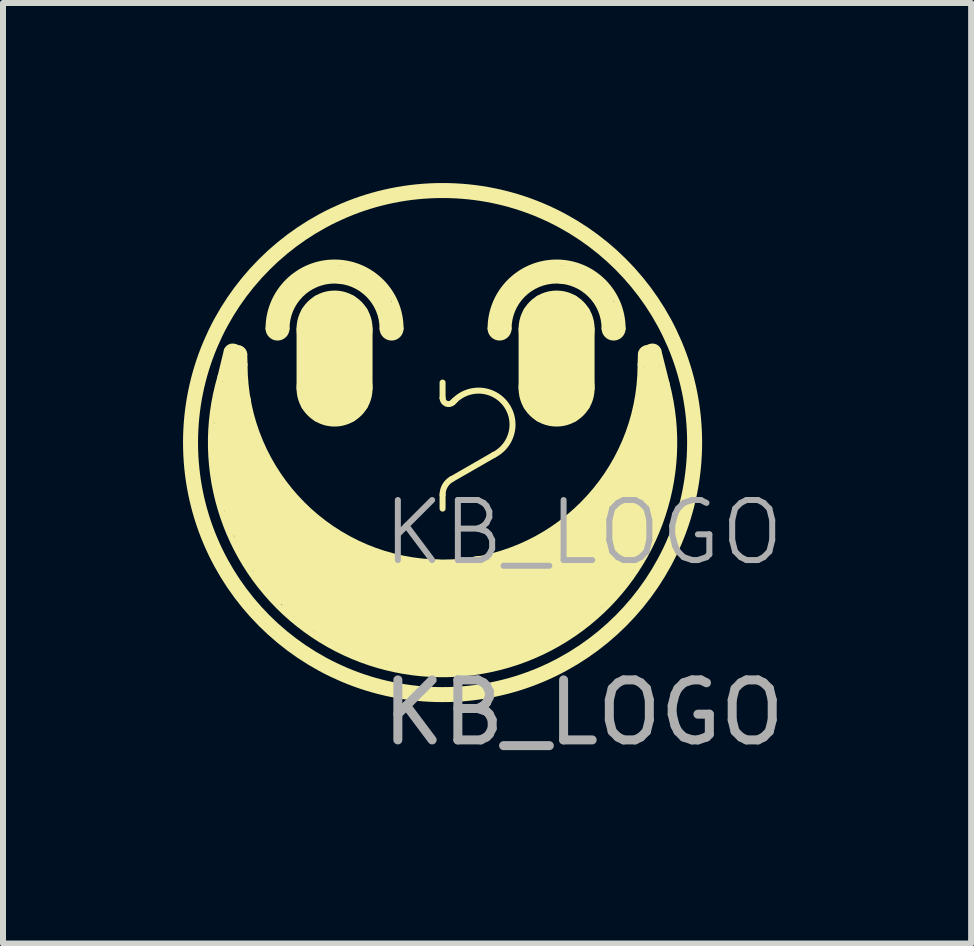
<source format=kicad_pcb>
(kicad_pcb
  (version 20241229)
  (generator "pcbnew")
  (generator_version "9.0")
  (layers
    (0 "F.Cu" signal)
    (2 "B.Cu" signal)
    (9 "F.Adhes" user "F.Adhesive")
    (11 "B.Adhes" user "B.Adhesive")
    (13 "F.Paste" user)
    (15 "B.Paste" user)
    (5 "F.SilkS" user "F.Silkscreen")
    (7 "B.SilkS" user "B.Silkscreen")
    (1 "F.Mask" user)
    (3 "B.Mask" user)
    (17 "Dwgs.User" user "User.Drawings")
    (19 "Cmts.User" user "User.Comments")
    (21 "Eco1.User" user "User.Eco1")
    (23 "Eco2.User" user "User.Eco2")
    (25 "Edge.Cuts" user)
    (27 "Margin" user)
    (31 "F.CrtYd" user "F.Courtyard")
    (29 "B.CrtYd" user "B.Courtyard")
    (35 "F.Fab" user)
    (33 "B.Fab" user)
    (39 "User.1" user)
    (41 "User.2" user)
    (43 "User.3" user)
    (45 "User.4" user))
  (footprint "KB_LOGO"
    (layer "F.Cu")
    (at 4.325 4.325)
    (property "Reference" "KB_LOGO" (at 2.35 1.5 0) (unlocked yes) (layer "F.Fab") (effects (font (size 1 1) (thickness 0.1))))
    (fp_line (start -3.7 -1.1) (end -3.595 -1.532) (stroke (width 0.1) (type default)) (layer "F.SilkS"))
    (fp_line (start -3.468 -1.595) (end -3.375 -1.565) (stroke (width 0.1) (type default)) (layer "F.SilkS"))
    (fp_line (start -3.3 -1.3) (end -3.305 -1.473) (stroke (width 0.1) (type default)) (layer "F.SilkS"))
    (fp_line (start -2.383 -1.9) (end -2.383 -0.9) (stroke (width 0.1) (type default)) (layer "F.SilkS"))
    (fp_line (start -1.217 -1.9) (end -1.217 -0.9) (stroke (width 0.1) (type default)) (layer "F.SilkS"))
    (fp_line (start 0 -1) (end 0 -0.741) (stroke (width 0.1) (type default)) (layer "F.SilkS"))
    (fp_line (start 0 0.869) (end 0 1.1) (stroke (width 0.1) (type default)) (layer "F.SilkS"))
    (fp_line (start 0.171 -0.671) (end 0.2 -0.7) (stroke (width 0.1) (type default)) (layer "F.SilkS"))
    (fp_line (start 0.853 0.206) (end 0.145 0.613) (stroke (width 0.1) (type default)) (layer "F.SilkS"))
    (fp_line (start 1.317 -1.9) (end 1.317 -0.9) (stroke (width 0.1) (type default)) (layer "F.SilkS"))
    (fp_line (start 2.483 -1.9) (end 2.483 -0.9) (stroke (width 0.1) (type default)) (layer "F.SilkS"))
    (fp_line (start 3.3 -1.3) (end 3.305 -1.473) (stroke (width 0.1) (type default)) (layer "F.SilkS"))
    (fp_line (start 3.468 -1.595) (end 3.375 -1.565) (stroke (width 0.1) (type default)) (layer "F.SilkS"))
    (fp_line (start 3.732 -0.988) (end 3.595 -1.532) (stroke (width 0.1) (type default)) (layer "F.SilkS"))
    (fp_rect (start -2.3 -2.2) (end -2 -0.6) (stroke (width 0.1) (type solid)) (fill yes) (layer "F.SilkS"))
    (fp_rect (start -2.2 -2.3) (end -1.4 -0.5) (stroke (width 0.1) (type solid)) (fill yes) (layer "F.SilkS"))
    (fp_rect (start -2.1 -2.4) (end -1.5 -0.8) (stroke (width 0.1) (type solid)) (fill yes) (layer "F.SilkS"))
    (fp_rect (start -2.1 -2) (end -1.5 -0.4) (stroke (width 0.1) (type solid)) (fill yes) (layer "F.SilkS"))
    (fp_rect (start -1.6 -2.2) (end -1.3 -0.6) (stroke (width 0.1) (type solid)) (fill yes) (layer "F.SilkS"))
    (fp_rect (start 1.4 -2.2) (end 1.7 -0.6) (stroke (width 0.1) (type solid)) (fill yes) (layer "F.SilkS"))
    (fp_rect (start 1.5 -2.3) (end 2.3 -0.5) (stroke (width 0.1) (type solid)) (fill yes) (layer "F.SilkS"))
    (fp_rect (start 1.6 -2.4) (end 2.2 -0.8) (stroke (width 0.1) (type solid)) (fill yes) (layer "F.SilkS"))
    (fp_rect (start 1.6 -2) (end 2.2 -0.4) (stroke (width 0.1) (type solid)) (fill yes) (layer "F.SilkS"))
    (fp_rect (start 2.1 -2.2) (end 2.4 -0.6) (stroke (width 0.1) (type solid)) (fill yes) (layer "F.SilkS"))
    (fp_arc (start -3.594869 -1.531624) (mid -3.544721 -1.589444) (end -3.468377 -1.594869) (stroke (width 0.1) (type default)) (layer "F.SilkS"))
    (fp_arc (start -3.374738 -1.565341) (mid -3.325004 -1.530226) (end -3.304852 -1.472777) (stroke (width 0.1) (type default)) (layer "F.SilkS"))
    (fp_arc (start -2.9 -1.9) (mid -1.8 -3) (end -0.7 -1.9) (stroke (width 0.1) (type default)) (layer "F.SilkS"))
    (fp_arc (start -2.6 -1.9) (mid -2.75 -1.75) (end -2.9 -1.9) (stroke (width 0.1) (type default)) (layer "F.SilkS"))
    (fp_arc (start -2.6 -1.9) (mid -1.8 -2.7) (end -1 -1.9) (stroke (width 0.1) (type default)) (layer "F.SilkS"))
    (fp_arc (start -0.7 -1.9) (mid -0.85 -1.75) (end -1 -1.9) (stroke (width 0.1) (type default)) (layer "F.SilkS"))
    (fp_arc (start 0 0.869357) (mid 0.038754 0.721877) (end 0.145002 0.6125) (stroke (width 0.1) (type default)) (layer "F.SilkS"))
    (fp_arc (start 0.170711 -0.670711) (mid 0.061732 -0.649033) (end 0 -0.741421) (stroke (width 0.1) (type default)) (layer "F.SilkS"))
    (fp_arc (start 0.2 -0.7) (mid 1.058908 -0.630762) (end 0.852982 0.205964) (stroke (width 0.1) (type default)) (layer "F.SilkS"))
    (fp_arc (start 0.8 -1.9) (mid 1.9 -3) (end 3 -1.9) (stroke (width 0.1) (type default)) (layer "F.SilkS"))
    (fp_arc (start 1.1 -1.9) (mid 0.95 -1.75) (end 0.8 -1.9) (stroke (width 0.1) (type default)) (layer "F.SilkS"))
    (fp_arc (start 1.1 -1.9) (mid 1.9 -2.7) (end 2.7 -1.9) (stroke (width 0.1) (type default)) (layer "F.SilkS"))
    (fp_arc (start 3 -1.9) (mid 2.85 -1.75) (end 2.7 -1.9) (stroke (width 0.1) (type default)) (layer "F.SilkS"))
    (fp_arc (start 3.3 -1.3) (mid 0 2) (end -3.3 -1.3) (stroke (width 0.1) (type default)) (layer "F.SilkS"))
    (fp_arc (start 3.304852 -1.472777) (mid 3.325004 -1.530226) (end 3.374738 -1.565341) (stroke (width 0.1) (type default)) (layer "F.SilkS"))
    (fp_arc (start 3.468377 -1.594869) (mid 3.544721 -1.589444) (end 3.594869 -1.531624) (stroke (width 0.1) (type default)) (layer "F.SilkS"))
    (fp_arc (start 3.731531 -0.987758) (mid -0.058294 3.85961) (end -3.699999 -1.1) (stroke (width 0.1) (type default)) (layer "F.SilkS"))
    (fp_circle (center -3.57 -0.851) (end -3.428 -0.851) (stroke (width 0.1) (type solid)) (fill yes) (layer "F.SilkS"))
    (fp_circle (center -3.567 -0.116) (end -3.308 -0.116) (stroke (width 0.1) (type solid)) (fill yes) (layer "F.SilkS"))
    (fp_circle (center -3.531 0.215) (end -3.272 0.215) (stroke (width 0.1) (type solid)) (fill yes) (layer "F.SilkS"))
    (fp_circle (center -3.531 0.474) (end -3.272 0.474) (stroke (width 0.1) (type solid)) (fill yes) (layer "F.SilkS"))
    (fp_circle (center -3.5 -1.1) (end -3.359 -1.1) (stroke (width 0.1) (type solid)) (fill yes) (layer "F.SilkS"))
    (fp_circle (center -3.5 -0.659) (end -3.241 -0.659) (stroke (width 0.1) (type solid)) (fill yes) (layer "F.SilkS"))
    (fp_circle (center -3.5 -0.4) (end -3.241 -0.4) (stroke (width 0.1) (type solid)) (fill yes) (layer "F.SilkS"))
    (fp_circle (center -3.494 0.677) (end -3.235 0.677) (stroke (width 0.1) (type solid)) (fill yes) (layer "F.SilkS"))
    (fp_circle (center -3.475 -1.32) (end -3.334 -1.32) (stroke (width 0.1) (type solid)) (fill yes) (layer "F.SilkS"))
    (fp_circle (center -3.461 -1.387) (end -3.319 -1.387) (stroke (width 0.1) (type solid)) (fill yes) (layer "F.SilkS"))
    (fp_circle (center -3.428 -0.851) (end -3.287 -0.851) (stroke (width 0.1) (type solid)) (fill yes) (layer "F.SilkS"))
    (fp_circle (center -3.413 0.924) (end -3.154 0.924) (stroke (width 0.1) (type solid)) (fill yes) (layer "F.SilkS"))
    (fp_circle (center -3.41 -0.101) (end -3.151 -0.101) (stroke (width 0.1) (type solid)) (fill yes) (layer "F.SilkS"))
    (fp_circle (center -3.33 1.17) (end -3.071 1.17) (stroke (width 0.1) (type solid)) (fill yes) (layer "F.SilkS"))
    (fp_circle (center -3.312 0.154) (end -3.053 0.154) (stroke (width 0.1) (type solid)) (fill yes) (layer "F.SilkS"))
    (fp_circle (center -3.268 1.33) (end -3.009 1.33) (stroke (width 0.1) (type solid)) (fill yes) (layer "F.SilkS"))
    (fp_circle (center -3.231 0.875) (end -2.972 0.875) (stroke (width 0.1) (type solid)) (fill yes) (layer "F.SilkS"))
    (fp_circle (center -3.167 1.622) (end -2.908 1.622) (stroke (width 0.1) (type solid)) (fill yes) (layer "F.SilkS"))
    (fp_circle (center -3.134 0.441) (end -2.875 0.441) (stroke (width 0.1) (type solid)) (fill yes) (layer "F.SilkS"))
    (fp_circle (center -3.011 1.86) (end -2.752 1.86) (stroke (width 0.1) (type solid)) (fill yes) (layer "F.SilkS"))
    (fp_circle (center -2.936 0.748) (end -2.677 0.748) (stroke (width 0.1) (type solid)) (fill yes) (layer "F.SilkS"))
    (fp_circle (center -2.848 2.114) (end -2.589 2.114) (stroke (width 0.1) (type solid)) (fill yes) (layer "F.SilkS"))
    (fp_circle (center -2.813 1.333) (end -2.554 1.333) (stroke (width 0.1) (type solid)) (fill yes) (layer "F.SilkS"))
    (fp_circle (center -2.75 -1.9) (end -2.9 -1.9) (stroke (width 0.01) (type solid)) (fill yes) (layer "F.SilkS"))
    (fp_circle (center -2.745 1.037) (end -2.486 1.037) (stroke (width 0.1) (type solid)) (fill yes) (layer "F.SilkS"))
    (fp_circle (center -2.728 -2.016) (end -2.878 -2.016) (stroke (width 0.01) (type solid)) (fill yes) (layer "F.SilkS"))
    (fp_circle (center -2.72 1.652) (end -2.461 1.652) (stroke (width 0.1) (type solid)) (fill yes) (layer "F.SilkS"))
    (fp_circle (center -2.7 2.287) (end -2.441 2.287) (stroke (width 0.1) (type solid)) (fill yes) (layer "F.SilkS"))
    (fp_circle (center -2.697 -2.16) (end -2.847 -2.16) (stroke (width 0.01) (type solid)) (fill yes) (layer "F.SilkS"))
    (fp_circle (center -2.642 -2.341) (end -2.792 -2.341) (stroke (width 0.01) (type solid)) (fill yes) (layer "F.SilkS"))
    (fp_circle (center -2.635 2.393) (end -2.376 2.393) (stroke (width 0.1) (type solid)) (fill yes) (layer "F.SilkS"))
    (fp_circle (center -2.604 1.187) (end -2.345 1.187) (stroke (width 0.1) (type solid)) (fill yes) (layer "F.SilkS"))
    (fp_circle (center -2.558 -2.467) (end -2.708 -2.467) (stroke (width 0.01) (type solid)) (fill yes) (layer "F.SilkS"))
    (fp_circle (center -2.476 1.911) (end -2.217 1.911) (stroke (width 0.1) (type solid)) (fill yes) (layer "F.SilkS"))
    (fp_circle (center -2.449 -2.587) (end -2.599 -2.587) (stroke (width 0.01) (type solid)) (fill yes) (layer "F.SilkS"))
    (fp_circle (center -2.427 1.401) (end -2.168 1.401) (stroke (width 0.1) (type solid)) (fill yes) (layer "F.SilkS"))
    (fp_circle (center -2.386 2.606) (end -2.127 2.606) (stroke (width 0.1) (type solid)) (fill yes) (layer "F.SilkS"))
    (fp_circle (center -2.297 -2.686) (end -2.447 -2.686) (stroke (width 0.01) (type solid)) (fill yes) (layer "F.SilkS"))
    (fp_circle (center -2.24 2.212) (end -1.981 2.212) (stroke (width 0.1) (type solid)) (fill yes) (layer "F.SilkS"))
    (fp_circle (center -2.24 1.547) (end -1.981 1.547) (stroke (width 0.1) (type solid)) (fill yes) (layer "F.SilkS"))
    (fp_circle (center -2.172 -2.764) (end -2.322 -2.764) (stroke (width 0.01) (type solid)) (fill yes) (layer "F.SilkS"))
    (fp_circle (center -2.17 2.83) (end -1.911 2.83) (stroke (width 0.1) (type solid)) (fill yes) (layer "F.SilkS"))
    (fp_circle (center -2.037 2.473) (end -1.778 2.473) (stroke (width 0.1) (type solid)) (fill yes) (layer "F.SilkS"))
    (fp_circle (center -2.021 -2.806) (end -2.171 -2.806) (stroke (width 0.01) (type solid)) (fill yes) (layer "F.SilkS"))
    (fp_circle (center -2.005 1.703) (end -1.746 1.703) (stroke (width 0.1) (type solid)) (fill yes) (layer "F.SilkS"))
    (fp_circle (center -1.841 -2.848) (end -1.991 -2.848) (stroke (width 0.01) (type solid)) (fill yes) (layer "F.SilkS"))
    (fp_circle (center -1.802 1.833) (end -1.543 1.833) (stroke (width 0.1) (type solid)) (fill yes) (layer "F.SilkS"))
    (fp_circle (center -1.802 2.092) (end -1.543 2.092) (stroke (width 0.1) (type solid)) (fill yes) (layer "F.SilkS"))
    (fp_circle (center -1.8 -1.9) (end -2.1 -1.4) (stroke (width 0.1) (type default)) (fill no) (layer "F.SilkS"))
    (fp_circle (center -1.8 -0.9) (end -2.1 -0.4) (stroke (width 0.1) (type default)) (fill no) (layer "F.SilkS"))
    (fp_circle (center -1.7 -2.8) (end -1.85 -2.8) (stroke (width 0.01) (type solid)) (fill yes) (layer "F.SilkS"))
    (fp_circle (center -1.641 2.673) (end -0.991 2.673) (stroke (width 0.1) (type solid)) (fill yes) (layer "F.SilkS"))
    (fp_circle (center -1.6 -2.8) (end -1.75 -2.8) (stroke (width 0.01) (type solid)) (fill yes) (layer "F.SilkS"))
    (fp_circle (center -1.561 1.954) (end -1.302 1.954) (stroke (width 0.1) (type solid)) (fill yes) (layer "F.SilkS"))
    (fp_circle (center -1.5 -2.8) (end -1.65 -2.8) (stroke (width 0.01) (type solid)) (fill yes) (layer "F.SilkS"))
    (fp_circle (center -1.463 2.812) (end -0.813 2.812) (stroke (width 0.1) (type solid)) (fill yes) (layer "F.SilkS"))
    (fp_circle (center -1.4 -2.8) (end -1.55 -2.8) (stroke (width 0.01) (type solid)) (fill yes) (layer "F.SilkS"))
    (fp_circle (center -1.3 -2.7) (end -1.45 -2.7) (stroke (width 0.01) (type solid)) (fill yes) (layer "F.SilkS"))
    (fp_circle (center -1.285 2.795) (end -0.635 2.795) (stroke (width 0.1) (type solid)) (fill yes) (layer "F.SilkS"))
    (fp_circle (center -1.283 2.075) (end -1.024 2.075) (stroke (width 0.1) (type solid)) (fill yes) (layer "F.SilkS"))
    (fp_circle (center -1.2 -2.6) (end -1.35 -2.6) (stroke (width 0.01) (type solid)) (fill yes) (layer "F.SilkS"))
    (fp_circle (center -1.1 -2.5) (end -1.25 -2.5) (stroke (width 0.01) (type solid)) (fill yes) (layer "F.SilkS"))
    (fp_circle (center -1.007 3.002) (end -0.357 3.002) (stroke (width 0.1) (type solid)) (fill yes) (layer "F.SilkS"))
    (fp_circle (center -1 -2.4) (end -1.15 -2.4) (stroke (width 0.01) (type solid)) (fill yes) (layer "F.SilkS"))
    (fp_circle (center -0.943 2.165) (end -0.684 2.165) (stroke (width 0.1) (type solid)) (fill yes) (layer "F.SilkS"))
    (fp_circle (center -0.9 -2.2) (end -1.05 -2.2) (stroke (width 0.01) (type solid)) (fill yes) (layer "F.SilkS"))
    (fp_circle (center -0.85 -2.05) (end -1 -2.05) (stroke (width 0.01) (type solid)) (fill yes) (layer "F.SilkS"))
    (fp_circle (center -0.85 -1.9) (end -1 -1.9) (stroke (width 0.01) (type solid)) (fill yes) (layer "F.SilkS"))
    (fp_circle (center -0.661 3.01) (end -0.011 3.01) (stroke (width 0.1) (type solid)) (fill yes) (layer "F.SilkS"))
    (fp_circle (center -0.611 2.259) (end -0.352 2.259) (stroke (width 0.1) (type solid)) (fill yes) (layer "F.SilkS"))
    (fp_circle (center -0.55 3.115) (end 0.1 3.115) (stroke (width 0.1) (type solid)) (fill yes) (layer "F.SilkS"))
    (fp_circle (center -0.352 2.259) (end -0.093 2.259) (stroke (width 0.1) (type solid)) (fill yes) (layer "F.SilkS"))
    (fp_circle (center -0.093 2.259) (end 0.166 2.259) (stroke (width 0.1) (type solid)) (fill yes) (layer "F.SilkS"))
    (fp_circle (center -0.073 3.176) (end 0.577 3.176) (stroke (width 0.1) (type solid)) (fill yes) (layer "F.SilkS"))
    (fp_circle (center -0.052 3.054) (end 0.598 3.054) (stroke (width 0.1) (type solid)) (fill yes) (layer "F.SilkS"))
    (fp_circle (center 0 0) (end -4.2 0) (stroke (width 0.25) (type default)) (fill no) (layer "F.SilkS"))
    (fp_circle (center 0.277 2.304) (end 0.536 2.304) (stroke (width 0.1) (type solid)) (fill yes) (layer "F.SilkS"))
    (fp_circle (center 0.373 3.155) (end 1.023 3.155) (stroke (width 0.1) (type solid)) (fill yes) (layer "F.SilkS"))
    (fp_circle (center 0.6 2.2) (end 0.859 2.2) (stroke (width 0.1) (type solid)) (fill yes) (layer "F.SilkS"))
    (fp_circle (center 0.819 3.052) (end 1.469 3.052) (stroke (width 0.1) (type solid)) (fill yes) (layer "F.SilkS"))
    (fp_circle (center 0.9 2.8) (end 1.55 2.8) (stroke (width 0.1) (type solid)) (fill yes) (layer "F.SilkS"))
    (fp_circle (center 0.95 -1.9) (end 0.8 -1.9) (stroke (width 0.01) (type solid)) (fill yes) (layer "F.SilkS"))
    (fp_circle (center 0.972 -2.016) (end 0.822 -2.016) (stroke (width 0.01) (type solid)) (fill yes) (layer "F.SilkS"))
    (fp_circle (center 1.003 -2.16) (end 0.853 -2.16) (stroke (width 0.01) (type solid)) (fill yes) (layer "F.SilkS"))
    (fp_circle (center 1.058 -2.341) (end 0.908 -2.341) (stroke (width 0.01) (type solid)) (fill yes) (layer "F.SilkS"))
    (fp_circle (center 1.138 2.556) (end 1.788 2.556) (stroke (width 0.1) (type solid)) (fill yes) (layer "F.SilkS"))
    (fp_circle (center 1.142 -2.467) (end 0.992 -2.467) (stroke (width 0.01) (type solid)) (fill yes) (layer "F.SilkS"))
    (fp_circle (center 1.251 -2.587) (end 1.101 -2.587) (stroke (width 0.01) (type solid)) (fill yes) (layer "F.SilkS"))
    (fp_circle (center 1.294 2.914) (end 1.944 2.914) (stroke (width 0.1) (type solid)) (fill yes) (layer "F.SilkS"))
    (fp_circle (center 1.403 -2.686) (end 1.253 -2.686) (stroke (width 0.01) (type solid)) (fill yes) (layer "F.SilkS"))
    (fp_circle (center 1.528 -2.764) (end 1.378 -2.764) (stroke (width 0.01) (type solid)) (fill yes) (layer "F.SilkS"))
    (fp_circle (center 1.6 2.344) (end 2.25 2.344) (stroke (width 0.1) (type solid)) (fill yes) (layer "F.SilkS"))
    (fp_circle (center 1.679 -2.806) (end 1.529 -2.806) (stroke (width 0.01) (type solid)) (fill yes) (layer "F.SilkS"))
    (fp_circle (center 1.733 2.663) (end 2.383 2.663) (stroke (width 0.1) (type solid)) (fill yes) (layer "F.SilkS"))
    (fp_circle (center 1.859 -2.848) (end 1.709 -2.848) (stroke (width 0.01) (type solid)) (fill yes) (layer "F.SilkS"))
    (fp_circle (center 1.9 -1.9) (end 1.6 -1.4) (stroke (width 0.1) (type default)) (fill no) (layer "F.SilkS"))
    (fp_circle (center 1.9 -0.9) (end 1.6 -0.4) (stroke (width 0.1) (type default)) (fill no) (layer "F.SilkS"))
    (fp_circle (center 2 -2.8) (end 1.85 -2.8) (stroke (width 0.01) (type solid)) (fill yes) (layer "F.SilkS"))
    (fp_circle (center 2.019 2.431) (end 2.669 2.431) (stroke (width 0.1) (type solid)) (fill yes) (layer "F.SilkS"))
    (fp_circle (center 2.069 2.137) (end 2.719 2.137) (stroke (width 0.1) (type solid)) (fill yes) (layer "F.SilkS"))
    (fp_circle (center 2.1 -2.8) (end 1.95 -2.8) (stroke (width 0.01) (type solid)) (fill yes) (layer "F.SilkS"))
    (fp_circle (center 2.2 -2.8) (end 2.05 -2.8) (stroke (width 0.01) (type solid)) (fill yes) (layer "F.SilkS"))
    (fp_circle (center 2.25 2.169) (end 2.9 2.169) (stroke (width 0.1) (type solid)) (fill yes) (layer "F.SilkS"))
    (fp_circle (center 2.3 -2.8) (end 2.15 -2.8) (stroke (width 0.01) (type solid)) (fill yes) (layer "F.SilkS"))
    (fp_circle (center 2.4 -2.7) (end 2.25 -2.7) (stroke (width 0.01) (type solid)) (fill yes) (layer "F.SilkS"))
    (fp_circle (center 2.481 1.962) (end 3.131 1.962) (stroke (width 0.1) (type solid)) (fill yes) (layer "F.SilkS"))
    (fp_circle (center 2.488 1.806) (end 3.138 1.806) (stroke (width 0.1) (type solid)) (fill yes) (layer "F.SilkS"))
    (fp_circle (center 2.5 -2.6) (end 2.35 -2.6) (stroke (width 0.01) (type solid)) (fill yes) (layer "F.SilkS"))
    (fp_circle (center 2.6 -2.5) (end 2.45 -2.5) (stroke (width 0.01) (type solid)) (fill yes) (layer "F.SilkS"))
    (fp_circle (center 2.663 1.631) (end 3.313 1.631) (stroke (width 0.1) (type solid)) (fill yes) (layer "F.SilkS"))
    (fp_circle (center 2.7 -2.4) (end 2.55 -2.4) (stroke (width 0.01) (type solid)) (fill yes) (layer "F.SilkS"))
    (fp_circle (center 2.762 1.004) (end 3.021 1.004) (stroke (width 0.1) (type solid)) (fill yes) (layer "F.SilkS"))
    (fp_circle (center 2.8 -2.2) (end 2.65 -2.2) (stroke (width 0.01) (type solid)) (fill yes) (layer "F.SilkS"))
    (fp_circle (center 2.85 -2.05) (end 2.7 -2.05) (stroke (width 0.01) (type solid)) (fill yes) (layer "F.SilkS"))
    (fp_circle (center 2.85 -1.9) (end 2.7 -1.9) (stroke (width 0.01) (type solid)) (fill yes) (layer "F.SilkS"))
    (fp_circle (center 2.969 0.722) (end 3.228 0.722) (stroke (width 0.1) (type solid)) (fill yes) (layer "F.SilkS"))
    (fp_circle (center 3.012 1.246) (end 3.271 1.246) (stroke (width 0.1) (type solid)) (fill yes) (layer "F.SilkS"))
    (fp_circle (center 3.045 1.844) (end 3.304 1.844) (stroke (width 0.1) (type solid)) (fill yes) (layer "F.SilkS"))
    (fp_circle (center 3.151 0.146) (end 3.292 0.146) (stroke (width 0.1) (type solid)) (fill yes) (layer "F.SilkS"))
    (fp_circle (center 3.169 0.408) (end 3.428 0.408) (stroke (width 0.1) (type solid)) (fill yes) (layer "F.SilkS"))
    (fp_circle (center 3.181 1.59) (end 3.44 1.59) (stroke (width 0.1) (type solid)) (fill yes) (layer "F.SilkS"))
    (fp_circle (center 3.266 -0.145) (end 3.407 -0.145) (stroke (width 0.1) (type solid)) (fill yes) (layer "F.SilkS"))
    (fp_circle (center 3.266 -0.004) (end 3.407 -0.004) (stroke (width 0.1) (type solid)) (fill yes) (layer "F.SilkS"))
    (fp_circle (center 3.271 1.246) (end 3.53 1.246) (stroke (width 0.1) (type solid)) (fill yes) (layer "F.SilkS"))
    (fp_circle (center 3.31 0.408) (end 3.452 0.408) (stroke (width 0.1) (type solid)) (fill yes) (layer "F.SilkS"))
    (fp_circle (center 3.351 1.267) (end 3.61 1.267) (stroke (width 0.1) (type solid)) (fill yes) (layer "F.SilkS"))
    (fp_circle (center 3.383 -0.388) (end 3.525 -0.388) (stroke (width 0.1) (type solid)) (fill yes) (layer "F.SilkS"))
    (fp_circle (center 3.417 0.983) (end 3.676 0.983) (stroke (width 0.1) (type solid)) (fill yes) (layer "F.SilkS"))
    (fp_circle (center 3.429 -0.585) (end 3.571 -0.585) (stroke (width 0.1) (type solid)) (fill yes) (layer "F.SilkS"))
    (fp_circle (center 3.436 -0.855) (end 3.577 -0.855) (stroke (width 0.1) (type solid)) (fill yes) (layer "F.SilkS"))
    (fp_circle (center 3.448 -0.783) (end 3.59 -0.783) (stroke (width 0.1) (type solid)) (fill yes) (layer "F.SilkS"))
    (fp_circle (center 3.448 0.181) (end 3.59 0.181) (stroke (width 0.1) (type solid)) (fill yes) (layer "F.SilkS"))
    (fp_circle (center 3.463 -1.093) (end 3.604 -1.093) (stroke (width 0.1) (type solid)) (fill yes) (layer "F.SilkS"))
    (fp_circle (center 3.471 -1.393) (end 3.613 -1.393) (stroke (width 0.1) (type solid)) (fill yes) (layer "F.SilkS"))
    (fp_circle (center 3.487 0.674) (end 3.746 0.674) (stroke (width 0.1) (type solid)) (fill yes) (layer "F.SilkS"))
    (fp_circle (center 3.488 -0.107) (end 3.629 -0.107) (stroke (width 0.1) (type solid)) (fill yes) (layer "F.SilkS"))
    (fp_circle (center 3.536 -1.095) (end 3.677 -1.095) (stroke (width 0.1) (type solid)) (fill yes) (layer "F.SilkS"))
    (fp_circle (center 3.549 0.393) (end 3.69 0.393) (stroke (width 0.1) (type solid)) (fill yes) (layer "F.SilkS"))
    (fp_circle (center 3.567 -0.047) (end 3.709 -0.047) (stroke (width 0.1) (type solid)) (fill yes) (layer "F.SilkS"))
    (fp_circle (center 3.59 -0.925) (end 3.731 -0.925) (stroke (width 0.1) (type solid)) (fill yes) (layer "F.SilkS"))
    (fp_circle (center 3.59 -0.783) (end 3.731 -0.783) (stroke (width 0.1) (type solid)) (fill yes) (layer "F.SilkS"))
    (fp_circle (center 3.643 -0.526) (end 3.784 -0.526) (stroke (width 0.1) (type solid)) (fill yes) (layer "F.SilkS"))
    (fp_circle (center 3.643 -0.277) (end 3.784 -0.277) (stroke (width 0.1) (type solid)) (fill yes) (layer "F.SilkS"))
    (fp_circle (center 3.653 0.181) (end 3.795 0.181) (stroke (width 0.1) (type solid)) (fill yes) (layer "F.SilkS"))
    (fp_circle (center 3.69 0.393) (end 3.831 0.393) (stroke (width 0.1) (type solid)) (fill yes) (layer "F.SilkS"))
    (fp_circle (center 3.709 -0.047) (end 3.85 -0.047) (stroke (width 0.1) (type solid)) (fill yes) (layer "F.SilkS"))
    (fp_text user "${REFERENCE}" (at 2.35 4.5 0) (unlocked yes) (layer "F.Fab") (effects (font (size 1 1) (thickness 0.15)))))
  (gr_rect
    (start -3 -3)
    (end 13.133 12.673)
    (stroke (width 0.1) (type default))
    (fill no)
    (layer "Edge.Cuts")))
</source>
